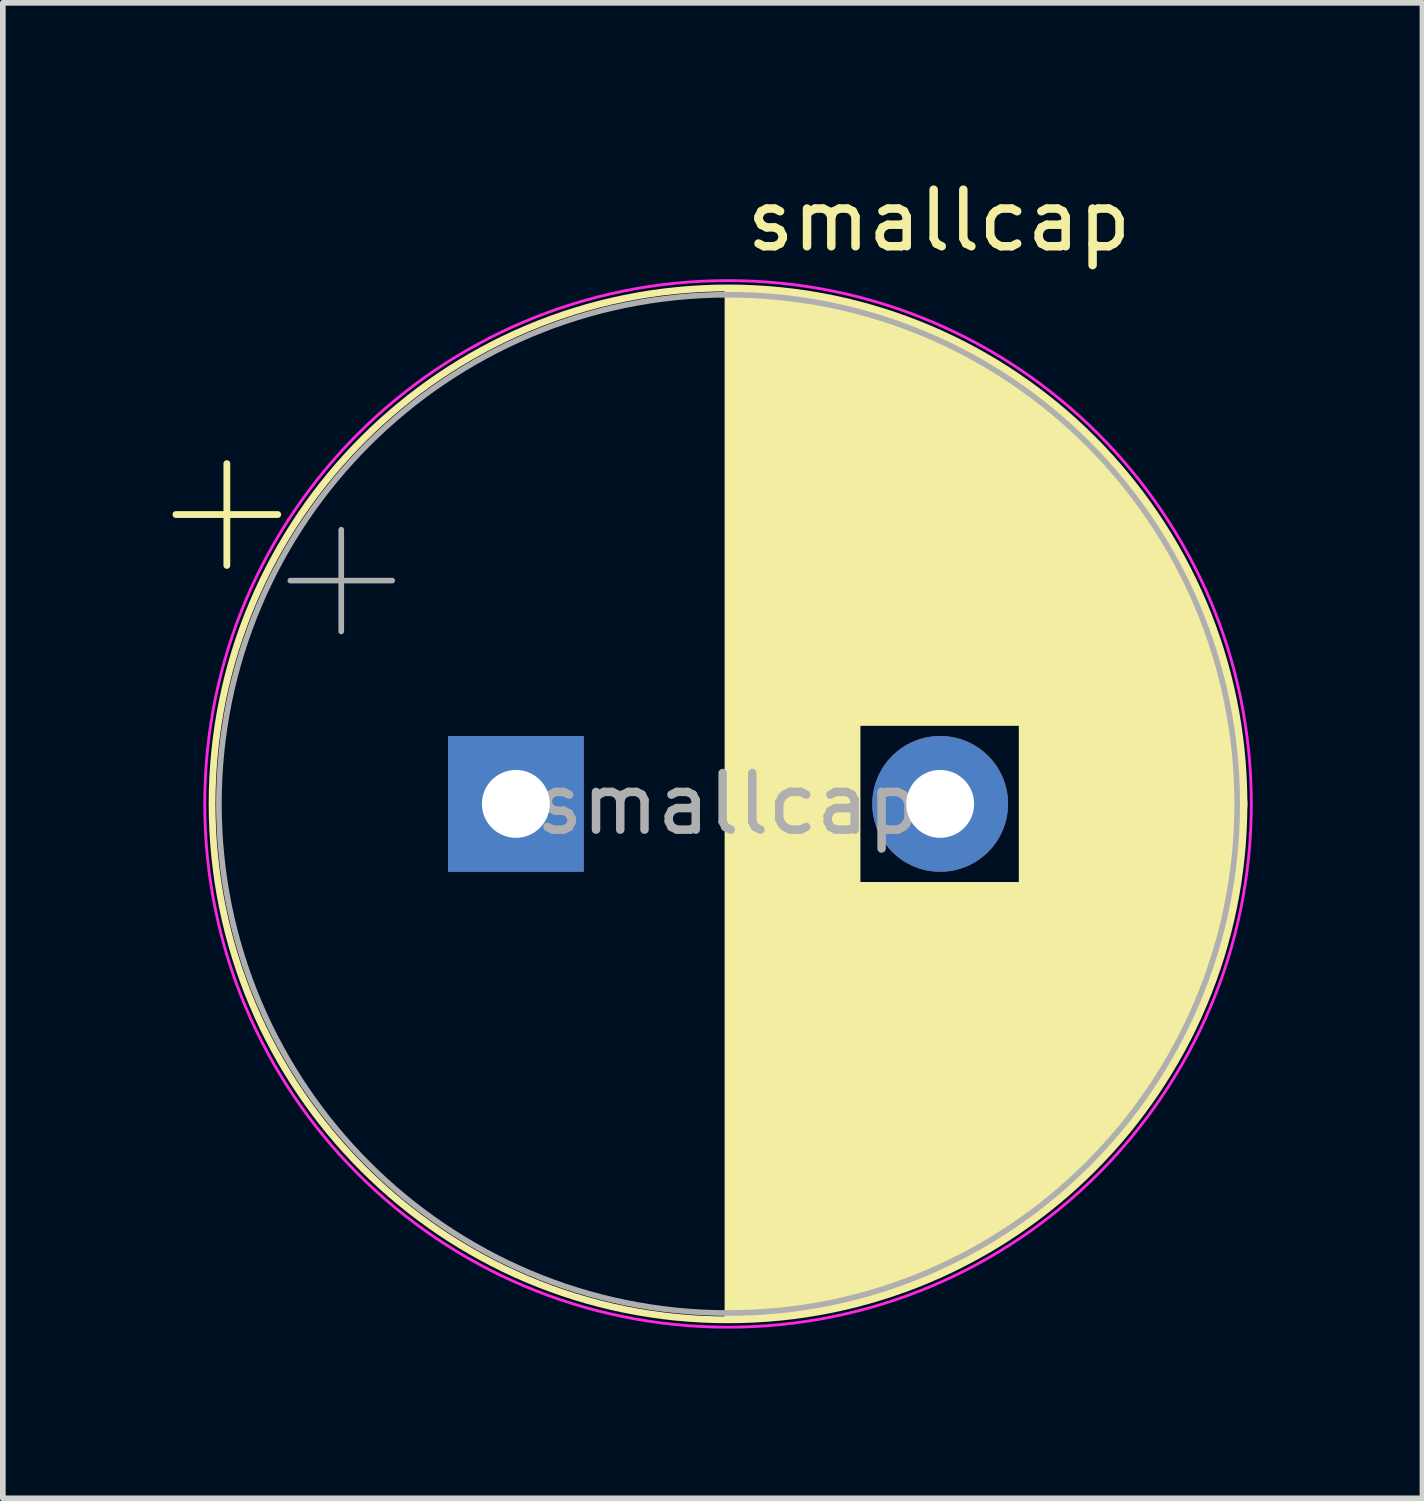
<source format=kicad_pcb>
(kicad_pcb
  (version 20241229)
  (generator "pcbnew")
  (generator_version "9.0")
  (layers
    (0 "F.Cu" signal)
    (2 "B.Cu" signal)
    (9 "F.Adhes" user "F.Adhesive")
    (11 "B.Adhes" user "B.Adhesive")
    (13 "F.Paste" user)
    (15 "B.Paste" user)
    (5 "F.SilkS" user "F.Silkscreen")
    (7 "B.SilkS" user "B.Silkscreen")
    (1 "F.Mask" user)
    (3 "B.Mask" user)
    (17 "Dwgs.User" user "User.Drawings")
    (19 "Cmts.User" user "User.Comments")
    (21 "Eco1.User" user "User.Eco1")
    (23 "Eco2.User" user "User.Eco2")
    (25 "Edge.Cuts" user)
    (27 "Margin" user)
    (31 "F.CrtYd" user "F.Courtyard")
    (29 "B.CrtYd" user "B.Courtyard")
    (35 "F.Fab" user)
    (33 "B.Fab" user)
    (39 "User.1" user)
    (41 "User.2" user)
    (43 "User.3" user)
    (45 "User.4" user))
  (footprint "smallcap"
    (layer "F.Cu")
    (at 9.799 11.098)
    (property "Reference" "smallcap" (at 3.75 -10.25 0) (layer "F.SilkS") (effects (font (size 1 1) (thickness 0.15))))
    (attr through_hole)
    (fp_line (start -9.739 -5.053) (end -7.939 -5.053) (stroke (width 0.12) (type solid)) (layer "F.SilkS"))
    (fp_line (start -8.839 -5.953) (end -8.839 -4.153) (stroke (width 0.12) (type solid)) (layer "F.SilkS"))
    (fp_line (start 0.02 -9.018) (end 0.02 9.142) (stroke (width 0.12) (type solid)) (layer "F.SilkS"))
    (fp_line (start 0.06 -9.018) (end 0.06 9.142) (stroke (width 0.12) (type solid)) (layer "F.SilkS"))
    (fp_line (start 0.1 -9.018) (end 0.1 9.142) (stroke (width 0.12) (type solid)) (layer "F.SilkS"))
    (fp_line (start 0.14 -9.017) (end 0.14 9.141) (stroke (width 0.12) (type solid)) (layer "F.SilkS"))
    (fp_line (start 0.18 -9.017) (end 0.18 9.141) (stroke (width 0.12) (type solid)) (layer "F.SilkS"))
    (fp_line (start 0.22 -9.016) (end 0.22 9.14) (stroke (width 0.12) (type solid)) (layer "F.SilkS"))
    (fp_line (start 0.26 -9.015) (end 0.26 9.139) (stroke (width 0.12) (type solid)) (layer "F.SilkS"))
    (fp_line (start 0.3 -9.014) (end 0.3 9.138) (stroke (width 0.12) (type solid)) (layer "F.SilkS"))
    (fp_line (start 0.34 -9.012) (end 0.34 9.136) (stroke (width 0.12) (type solid)) (layer "F.SilkS"))
    (fp_line (start 0.38 -9.011) (end 0.38 9.135) (stroke (width 0.12) (type solid)) (layer "F.SilkS"))
    (fp_line (start 0.42 -9.009) (end 0.42 9.133) (stroke (width 0.12) (type solid)) (layer "F.SilkS"))
    (fp_line (start 0.46 -9.007) (end 0.46 9.131) (stroke (width 0.12) (type solid)) (layer "F.SilkS"))
    (fp_line (start 0.5 -9.005) (end 0.5 9.129) (stroke (width 0.12) (type solid)) (layer "F.SilkS"))
    (fp_line (start 0.54 -9.003) (end 0.54 9.127) (stroke (width 0.12) (type solid)) (layer "F.SilkS"))
    (fp_line (start 0.58 -9.001) (end 0.58 9.125) (stroke (width 0.12) (type solid)) (layer "F.SilkS"))
    (fp_line (start 0.62 -8.998) (end 0.62 9.122) (stroke (width 0.12) (type solid)) (layer "F.SilkS"))
    (fp_line (start 0.66 -8.996) (end 0.66 9.12) (stroke (width 0.12) (type solid)) (layer "F.SilkS"))
    (fp_line (start 0.7 -8.993) (end 0.7 9.117) (stroke (width 0.12) (type solid)) (layer "F.SilkS"))
    (fp_line (start 0.74 -8.99) (end 0.74 9.114) (stroke (width 0.12) (type solid)) (layer "F.SilkS"))
    (fp_line (start 0.78 -8.986) (end 0.78 9.11) (stroke (width 0.12) (type solid)) (layer "F.SilkS"))
    (fp_line (start 0.82 -8.983) (end 0.82 9.107) (stroke (width 0.12) (type solid)) (layer "F.SilkS"))
    (fp_line (start 0.86 -8.979) (end 0.86 9.103) (stroke (width 0.12) (type solid)) (layer "F.SilkS"))
    (fp_line (start 0.9 -8.975) (end 0.9 9.099) (stroke (width 0.12) (type solid)) (layer "F.SilkS"))
    (fp_line (start 0.94 -8.971) (end 0.94 9.095) (stroke (width 0.12) (type solid)) (layer "F.SilkS"))
    (fp_line (start 0.98 -8.967) (end 0.98 9.091) (stroke (width 0.12) (type solid)) (layer "F.SilkS"))
    (fp_line (start 1.02 -8.963) (end 1.02 9.087) (stroke (width 0.12) (type solid)) (layer "F.SilkS"))
    (fp_line (start 1.06 -8.959) (end 1.06 9.083) (stroke (width 0.12) (type solid)) (layer "F.SilkS"))
    (fp_line (start 1.1 -8.954) (end 1.1 9.078) (stroke (width 0.12) (type solid)) (layer "F.SilkS"))
    (fp_line (start 1.14 -8.949) (end 1.14 9.073) (stroke (width 0.12) (type solid)) (layer "F.SilkS"))
    (fp_line (start 1.18 -8.944) (end 1.18 9.068) (stroke (width 0.12) (type solid)) (layer "F.SilkS"))
    (fp_line (start 1.22 -8.939) (end 1.22 9.063) (stroke (width 0.12) (type solid)) (layer "F.SilkS"))
    (fp_line (start 1.26 -8.933) (end 1.26 9.057) (stroke (width 0.12) (type solid)) (layer "F.SilkS"))
    (fp_line (start 1.3 -8.928) (end 1.3 9.052) (stroke (width 0.12) (type solid)) (layer "F.SilkS"))
    (fp_line (start 1.34 -8.922) (end 1.34 9.046) (stroke (width 0.12) (type solid)) (layer "F.SilkS"))
    (fp_line (start 1.38 -8.916) (end 1.38 9.04) (stroke (width 0.12) (type solid)) (layer "F.SilkS"))
    (fp_line (start 1.42 -8.91) (end 1.42 9.034) (stroke (width 0.12) (type solid)) (layer "F.SilkS"))
    (fp_line (start 1.46 -8.904) (end 1.46 9.028) (stroke (width 0.12) (type solid)) (layer "F.SilkS"))
    (fp_line (start 1.5 -8.897) (end 1.5 9.021) (stroke (width 0.12) (type solid)) (layer "F.SilkS"))
    (fp_line (start 1.54 -8.89) (end 1.54 9.014) (stroke (width 0.12) (type solid)) (layer "F.SilkS"))
    (fp_line (start 1.58 -8.884) (end 1.58 9.008) (stroke (width 0.12) (type solid)) (layer "F.SilkS"))
    (fp_line (start 1.62 -8.877) (end 1.62 9.001) (stroke (width 0.12) (type solid)) (layer "F.SilkS"))
    (fp_line (start 1.66 -8.869) (end 1.66 8.993) (stroke (width 0.12) (type solid)) (layer "F.SilkS"))
    (fp_line (start 1.7 -8.862) (end 1.7 8.986) (stroke (width 0.12) (type solid)) (layer "F.SilkS"))
    (fp_line (start 1.74 -8.854) (end 1.74 8.978) (stroke (width 0.12) (type solid)) (layer "F.SilkS"))
    (fp_line (start 1.78 -8.847) (end 1.78 8.971) (stroke (width 0.12) (type solid)) (layer "F.SilkS"))
    (fp_line (start 1.82 -8.839) (end 1.82 8.963) (stroke (width 0.12) (type solid)) (layer "F.SilkS"))
    (fp_line (start 1.86 -8.83) (end 1.86 8.954) (stroke (width 0.12) (type solid)) (layer "F.SilkS"))
    (fp_line (start 1.9 -8.822) (end 1.9 8.946) (stroke (width 0.12) (type solid)) (layer "F.SilkS"))
    (fp_line (start 1.94 -8.814) (end 1.94 8.938) (stroke (width 0.12) (type solid)) (layer "F.SilkS"))
    (fp_line (start 1.98 -8.805) (end 1.98 8.929) (stroke (width 0.12) (type solid)) (layer "F.SilkS"))
    (fp_line (start 2.02 -8.796) (end 2.02 8.92) (stroke (width 0.12) (type solid)) (layer "F.SilkS"))
    (fp_line (start 2.06 -8.787) (end 2.06 8.911) (stroke (width 0.12) (type solid)) (layer "F.SilkS"))
    (fp_line (start 2.1 -8.778) (end 2.1 8.902) (stroke (width 0.12) (type solid)) (layer "F.SilkS"))
    (fp_line (start 2.14 -8.768) (end 2.14 8.892) (stroke (width 0.12) (type solid)) (layer "F.SilkS"))
    (fp_line (start 2.18 -8.759) (end 2.18 8.883) (stroke (width 0.12) (type solid)) (layer "F.SilkS"))
    (fp_line (start 2.22 -8.749) (end 2.22 8.873) (stroke (width 0.12) (type solid)) (layer "F.SilkS"))
    (fp_line (start 2.26 -8.739) (end 2.26 8.863) (stroke (width 0.12) (type solid)) (layer "F.SilkS"))
    (fp_line (start 2.3 -8.728) (end 2.3 8.852) (stroke (width 0.12) (type solid)) (layer "F.SilkS"))
    (fp_line (start 2.34 -8.718) (end 2.34 -1.378) (stroke (width 0.12) (type solid)) (layer "F.SilkS"))
    (fp_line (start 2.34 1.502) (end 2.34 8.842) (stroke (width 0.12) (type solid)) (layer "F.SilkS"))
    (fp_line (start 2.38 -8.707) (end 2.38 -1.378) (stroke (width 0.12) (type solid)) (layer "F.SilkS"))
    (fp_line (start 2.38 1.502) (end 2.38 8.831) (stroke (width 0.12) (type solid)) (layer "F.SilkS"))
    (fp_line (start 2.42 -8.697) (end 2.42 -1.378) (stroke (width 0.12) (type solid)) (layer "F.SilkS"))
    (fp_line (start 2.42 1.502) (end 2.42 8.821) (stroke (width 0.12) (type solid)) (layer "F.SilkS"))
    (fp_line (start 2.46 -8.686) (end 2.46 -1.378) (stroke (width 0.12) (type solid)) (layer "F.SilkS"))
    (fp_line (start 2.46 1.502) (end 2.46 8.81) (stroke (width 0.12) (type solid)) (layer "F.SilkS"))
    (fp_line (start 2.5 -8.674) (end 2.5 -1.378) (stroke (width 0.12) (type solid)) (layer "F.SilkS"))
    (fp_line (start 2.5 1.502) (end 2.5 8.798) (stroke (width 0.12) (type solid)) (layer "F.SilkS"))
    (fp_line (start 2.54 -8.663) (end 2.54 -1.378) (stroke (width 0.12) (type solid)) (layer "F.SilkS"))
    (fp_line (start 2.54 1.502) (end 2.54 8.787) (stroke (width 0.12) (type solid)) (layer "F.SilkS"))
    (fp_line (start 2.58 -8.651) (end 2.58 -1.378) (stroke (width 0.12) (type solid)) (layer "F.SilkS"))
    (fp_line (start 2.58 1.502) (end 2.58 8.775) (stroke (width 0.12) (type solid)) (layer "F.SilkS"))
    (fp_line (start 2.62 -8.64) (end 2.62 -1.378) (stroke (width 0.12) (type solid)) (layer "F.SilkS"))
    (fp_line (start 2.62 1.502) (end 2.62 8.764) (stroke (width 0.12) (type solid)) (layer "F.SilkS"))
    (fp_line (start 2.66 -8.628) (end 2.66 -1.378) (stroke (width 0.12) (type solid)) (layer "F.SilkS"))
    (fp_line (start 2.66 1.502) (end 2.66 8.752) (stroke (width 0.12) (type solid)) (layer "F.SilkS"))
    (fp_line (start 2.7 -8.615) (end 2.7 -1.378) (stroke (width 0.12) (type solid)) (layer "F.SilkS"))
    (fp_line (start 2.7 1.502) (end 2.7 8.739) (stroke (width 0.12) (type solid)) (layer "F.SilkS"))
    (fp_line (start 2.74 -8.603) (end 2.74 -1.378) (stroke (width 0.12) (type solid)) (layer "F.SilkS"))
    (fp_line (start 2.74 1.502) (end 2.74 8.727) (stroke (width 0.12) (type solid)) (layer "F.SilkS"))
    (fp_line (start 2.78 -8.59) (end 2.78 -1.378) (stroke (width 0.12) (type solid)) (layer "F.SilkS"))
    (fp_line (start 2.78 1.502) (end 2.78 8.714) (stroke (width 0.12) (type solid)) (layer "F.SilkS"))
    (fp_line (start 2.82 -8.578) (end 2.82 -1.378) (stroke (width 0.12) (type solid)) (layer "F.SilkS"))
    (fp_line (start 2.82 1.502) (end 2.82 8.702) (stroke (width 0.12) (type solid)) (layer "F.SilkS"))
    (fp_line (start 2.86 -8.565) (end 2.86 -1.378) (stroke (width 0.12) (type solid)) (layer "F.SilkS"))
    (fp_line (start 2.86 1.502) (end 2.86 8.689) (stroke (width 0.12) (type solid)) (layer "F.SilkS"))
    (fp_line (start 2.9 -8.551) (end 2.9 -1.378) (stroke (width 0.12) (type solid)) (layer "F.SilkS"))
    (fp_line (start 2.9 1.502) (end 2.9 8.675) (stroke (width 0.12) (type solid)) (layer "F.SilkS"))
    (fp_line (start 2.94 -8.538) (end 2.94 -1.378) (stroke (width 0.12) (type solid)) (layer "F.SilkS"))
    (fp_line (start 2.94 1.502) (end 2.94 8.662) (stroke (width 0.12) (type solid)) (layer "F.SilkS"))
    (fp_line (start 2.98 -8.524) (end 2.98 -1.378) (stroke (width 0.12) (type solid)) (layer "F.SilkS"))
    (fp_line (start 2.98 1.502) (end 2.98 8.648) (stroke (width 0.12) (type solid)) (layer "F.SilkS"))
    (fp_line (start 3.02 -8.51) (end 3.02 -1.378) (stroke (width 0.12) (type solid)) (layer "F.SilkS"))
    (fp_line (start 3.02 1.502) (end 3.02 8.634) (stroke (width 0.12) (type solid)) (layer "F.SilkS"))
    (fp_line (start 3.06 -8.496) (end 3.06 -1.378) (stroke (width 0.12) (type solid)) (layer "F.SilkS"))
    (fp_line (start 3.06 1.502) (end 3.06 8.62) (stroke (width 0.12) (type solid)) (layer "F.SilkS"))
    (fp_line (start 3.1 -8.482) (end 3.1 -1.378) (stroke (width 0.12) (type solid)) (layer "F.SilkS"))
    (fp_line (start 3.1 1.502) (end 3.1 8.606) (stroke (width 0.12) (type solid)) (layer "F.SilkS"))
    (fp_line (start 3.14 -8.468) (end 3.14 -1.378) (stroke (width 0.12) (type solid)) (layer "F.SilkS"))
    (fp_line (start 3.14 1.502) (end 3.14 8.592) (stroke (width 0.12) (type solid)) (layer "F.SilkS"))
    (fp_line (start 3.18 -8.453) (end 3.18 -1.378) (stroke (width 0.12) (type solid)) (layer "F.SilkS"))
    (fp_line (start 3.18 1.502) (end 3.18 8.577) (stroke (width 0.12) (type solid)) (layer "F.SilkS"))
    (fp_line (start 3.22 -8.438) (end 3.22 -1.378) (stroke (width 0.12) (type solid)) (layer "F.SilkS"))
    (fp_line (start 3.22 1.502) (end 3.22 8.562) (stroke (width 0.12) (type solid)) (layer "F.SilkS"))
    (fp_line (start 3.26 -8.423) (end 3.26 -1.378) (stroke (width 0.12) (type solid)) (layer "F.SilkS"))
    (fp_line (start 3.26 1.502) (end 3.26 8.547) (stroke (width 0.12) (type solid)) (layer "F.SilkS"))
    (fp_line (start 3.3 -8.408) (end 3.3 -1.378) (stroke (width 0.12) (type solid)) (layer "F.SilkS"))
    (fp_line (start 3.3 1.502) (end 3.3 8.532) (stroke (width 0.12) (type solid)) (layer "F.SilkS"))
    (fp_line (start 3.34 -8.392) (end 3.34 -1.378) (stroke (width 0.12) (type solid)) (layer "F.SilkS"))
    (fp_line (start 3.34 1.502) (end 3.34 8.516) (stroke (width 0.12) (type solid)) (layer "F.SilkS"))
    (fp_line (start 3.38 -8.376) (end 3.38 -1.378) (stroke (width 0.12) (type solid)) (layer "F.SilkS"))
    (fp_line (start 3.38 1.502) (end 3.38 8.5) (stroke (width 0.12) (type solid)) (layer "F.SilkS"))
    (fp_line (start 3.42 -8.361) (end 3.42 -1.378) (stroke (width 0.12) (type solid)) (layer "F.SilkS"))
    (fp_line (start 3.42 1.502) (end 3.42 8.485) (stroke (width 0.12) (type solid)) (layer "F.SilkS"))
    (fp_line (start 3.46 -8.344) (end 3.46 -1.378) (stroke (width 0.12) (type solid)) (layer "F.SilkS"))
    (fp_line (start 3.46 1.502) (end 3.46 8.468) (stroke (width 0.12) (type solid)) (layer "F.SilkS"))
    (fp_line (start 3.5 -8.328) (end 3.5 -1.378) (stroke (width 0.12) (type solid)) (layer "F.SilkS"))
    (fp_line (start 3.5 1.502) (end 3.5 8.452) (stroke (width 0.12) (type solid)) (layer "F.SilkS"))
    (fp_line (start 3.54 -8.311) (end 3.54 -1.378) (stroke (width 0.12) (type solid)) (layer "F.SilkS"))
    (fp_line (start 3.54 1.502) (end 3.54 8.435) (stroke (width 0.12) (type solid)) (layer "F.SilkS"))
    (fp_line (start 3.58 -8.294) (end 3.58 -1.378) (stroke (width 0.12) (type solid)) (layer "F.SilkS"))
    (fp_line (start 3.58 1.502) (end 3.58 8.418) (stroke (width 0.12) (type solid)) (layer "F.SilkS"))
    (fp_line (start 3.62 -8.277) (end 3.62 -1.378) (stroke (width 0.12) (type solid)) (layer "F.SilkS"))
    (fp_line (start 3.62 1.502) (end 3.62 8.401) (stroke (width 0.12) (type solid)) (layer "F.SilkS"))
    (fp_line (start 3.66 -8.26) (end 3.66 -1.378) (stroke (width 0.12) (type solid)) (layer "F.SilkS"))
    (fp_line (start 3.66 1.502) (end 3.66 8.384) (stroke (width 0.12) (type solid)) (layer "F.SilkS"))
    (fp_line (start 3.7 -8.243) (end 3.7 -1.378) (stroke (width 0.12) (type solid)) (layer "F.SilkS"))
    (fp_line (start 3.7 1.502) (end 3.7 8.367) (stroke (width 0.12) (type solid)) (layer "F.SilkS"))
    (fp_line (start 3.74 -8.225) (end 3.74 -1.378) (stroke (width 0.12) (type solid)) (layer "F.SilkS"))
    (fp_line (start 3.74 1.502) (end 3.74 8.349) (stroke (width 0.12) (type solid)) (layer "F.SilkS"))
    (fp_line (start 3.78 -8.207) (end 3.78 -1.378) (stroke (width 0.12) (type solid)) (layer "F.SilkS"))
    (fp_line (start 3.78 1.502) (end 3.78 8.331) (stroke (width 0.12) (type solid)) (layer "F.SilkS"))
    (fp_line (start 3.82 -8.189) (end 3.82 -1.378) (stroke (width 0.12) (type solid)) (layer "F.SilkS"))
    (fp_line (start 3.82 1.502) (end 3.82 8.313) (stroke (width 0.12) (type solid)) (layer "F.SilkS"))
    (fp_line (start 3.86 -8.17) (end 3.86 -1.378) (stroke (width 0.12) (type solid)) (layer "F.SilkS"))
    (fp_line (start 3.86 1.502) (end 3.86 8.294) (stroke (width 0.12) (type solid)) (layer "F.SilkS"))
    (fp_line (start 3.9 -8.151) (end 3.9 -1.378) (stroke (width 0.12) (type solid)) (layer "F.SilkS"))
    (fp_line (start 3.9 1.502) (end 3.9 8.275) (stroke (width 0.12) (type solid)) (layer "F.SilkS"))
    (fp_line (start 3.94 -8.133) (end 3.94 -1.378) (stroke (width 0.12) (type solid)) (layer "F.SilkS"))
    (fp_line (start 3.94 1.502) (end 3.94 8.257) (stroke (width 0.12) (type solid)) (layer "F.SilkS"))
    (fp_line (start 3.98 -8.113) (end 3.98 -1.378) (stroke (width 0.12) (type solid)) (layer "F.SilkS"))
    (fp_line (start 3.98 1.502) (end 3.98 8.237) (stroke (width 0.12) (type solid)) (layer "F.SilkS"))
    (fp_line (start 4.02 -8.094) (end 4.02 -1.378) (stroke (width 0.12) (type solid)) (layer "F.SilkS"))
    (fp_line (start 4.02 1.502) (end 4.02 8.218) (stroke (width 0.12) (type solid)) (layer "F.SilkS"))
    (fp_line (start 4.06 -8.074) (end 4.06 -1.378) (stroke (width 0.12) (type solid)) (layer "F.SilkS"))
    (fp_line (start 4.06 1.502) (end 4.06 8.198) (stroke (width 0.12) (type solid)) (layer "F.SilkS"))
    (fp_line (start 4.1 -8.054) (end 4.1 -1.378) (stroke (width 0.12) (type solid)) (layer "F.SilkS"))
    (fp_line (start 4.1 1.502) (end 4.1 8.178) (stroke (width 0.12) (type solid)) (layer "F.SilkS"))
    (fp_line (start 4.14 -8.034) (end 4.14 -1.378) (stroke (width 0.12) (type solid)) (layer "F.SilkS"))
    (fp_line (start 4.14 1.502) (end 4.14 8.158) (stroke (width 0.12) (type solid)) (layer "F.SilkS"))
    (fp_line (start 4.18 -8.014) (end 4.18 -1.378) (stroke (width 0.12) (type solid)) (layer "F.SilkS"))
    (fp_line (start 4.18 1.502) (end 4.18 8.138) (stroke (width 0.12) (type solid)) (layer "F.SilkS"))
    (fp_line (start 4.22 -7.993) (end 4.22 -1.378) (stroke (width 0.12) (type solid)) (layer "F.SilkS"))
    (fp_line (start 4.22 1.502) (end 4.22 8.117) (stroke (width 0.12) (type solid)) (layer "F.SilkS"))
    (fp_line (start 4.26 -7.972) (end 4.26 -1.378) (stroke (width 0.12) (type solid)) (layer "F.SilkS"))
    (fp_line (start 4.26 1.502) (end 4.26 8.096) (stroke (width 0.12) (type solid)) (layer "F.SilkS"))
    (fp_line (start 4.3 -7.951) (end 4.3 -1.378) (stroke (width 0.12) (type solid)) (layer "F.SilkS"))
    (fp_line (start 4.3 1.502) (end 4.3 8.075) (stroke (width 0.12) (type solid)) (layer "F.SilkS"))
    (fp_line (start 4.34 -7.93) (end 4.34 -1.378) (stroke (width 0.12) (type solid)) (layer "F.SilkS"))
    (fp_line (start 4.34 1.502) (end 4.34 8.054) (stroke (width 0.12) (type solid)) (layer "F.SilkS"))
    (fp_line (start 4.38 -7.908) (end 4.38 -1.378) (stroke (width 0.12) (type solid)) (layer "F.SilkS"))
    (fp_line (start 4.38 1.502) (end 4.38 8.032) (stroke (width 0.12) (type solid)) (layer "F.SilkS"))
    (fp_line (start 4.42 -7.886) (end 4.42 -1.378) (stroke (width 0.12) (type solid)) (layer "F.SilkS"))
    (fp_line (start 4.42 1.502) (end 4.42 8.01) (stroke (width 0.12) (type solid)) (layer "F.SilkS"))
    (fp_line (start 4.46 -7.864) (end 4.46 -1.378) (stroke (width 0.12) (type solid)) (layer "F.SilkS"))
    (fp_line (start 4.46 1.502) (end 4.46 7.988) (stroke (width 0.12) (type solid)) (layer "F.SilkS"))
    (fp_line (start 4.5 -7.842) (end 4.5 -1.378) (stroke (width 0.12) (type solid)) (layer "F.SilkS"))
    (fp_line (start 4.5 1.502) (end 4.5 7.966) (stroke (width 0.12) (type solid)) (layer "F.SilkS"))
    (fp_line (start 4.54 -7.819) (end 4.54 -1.378) (stroke (width 0.12) (type solid)) (layer "F.SilkS"))
    (fp_line (start 4.54 1.502) (end 4.54 7.943) (stroke (width 0.12) (type solid)) (layer "F.SilkS"))
    (fp_line (start 4.58 -7.796) (end 4.58 -1.378) (stroke (width 0.12) (type solid)) (layer "F.SilkS"))
    (fp_line (start 4.58 1.502) (end 4.58 7.92) (stroke (width 0.12) (type solid)) (layer "F.SilkS"))
    (fp_line (start 4.62 -7.773) (end 4.62 -1.378) (stroke (width 0.12) (type solid)) (layer "F.SilkS"))
    (fp_line (start 4.62 1.502) (end 4.62 7.897) (stroke (width 0.12) (type solid)) (layer "F.SilkS"))
    (fp_line (start 4.66 -7.749) (end 4.66 -1.378) (stroke (width 0.12) (type solid)) (layer "F.SilkS"))
    (fp_line (start 4.66 1.502) (end 4.66 7.873) (stroke (width 0.12) (type solid)) (layer "F.SilkS"))
    (fp_line (start 4.7 -7.726) (end 4.7 -1.378) (stroke (width 0.12) (type solid)) (layer "F.SilkS"))
    (fp_line (start 4.7 1.502) (end 4.7 7.85) (stroke (width 0.12) (type solid)) (layer "F.SilkS"))
    (fp_line (start 4.74 -7.702) (end 4.74 -1.378) (stroke (width 0.12) (type solid)) (layer "F.SilkS"))
    (fp_line (start 4.74 1.502) (end 4.74 7.826) (stroke (width 0.12) (type solid)) (layer "F.SilkS"))
    (fp_line (start 4.78 -7.677) (end 4.78 -1.378) (stroke (width 0.12) (type solid)) (layer "F.SilkS"))
    (fp_line (start 4.78 1.502) (end 4.78 7.801) (stroke (width 0.12) (type solid)) (layer "F.SilkS"))
    (fp_line (start 4.82 -7.653) (end 4.82 -1.378) (stroke (width 0.12) (type solid)) (layer "F.SilkS"))
    (fp_line (start 4.82 1.502) (end 4.82 7.777) (stroke (width 0.12) (type solid)) (layer "F.SilkS"))
    (fp_line (start 4.86 -7.628) (end 4.86 -1.378) (stroke (width 0.12) (type solid)) (layer "F.SilkS"))
    (fp_line (start 4.86 1.502) (end 4.86 7.752) (stroke (width 0.12) (type solid)) (layer "F.SilkS"))
    (fp_line (start 4.9 -7.603) (end 4.9 -1.378) (stroke (width 0.12) (type solid)) (layer "F.SilkS"))
    (fp_line (start 4.9 1.502) (end 4.9 7.727) (stroke (width 0.12) (type solid)) (layer "F.SilkS"))
    (fp_line (start 4.94 -7.577) (end 4.94 -1.378) (stroke (width 0.12) (type solid)) (layer "F.SilkS"))
    (fp_line (start 4.94 1.502) (end 4.94 7.701) (stroke (width 0.12) (type solid)) (layer "F.SilkS"))
    (fp_line (start 4.98 -7.551) (end 4.98 -1.378) (stroke (width 0.12) (type solid)) (layer "F.SilkS"))
    (fp_line (start 4.98 1.502) (end 4.98 7.675) (stroke (width 0.12) (type solid)) (layer "F.SilkS"))
    (fp_line (start 5.02 -7.525) (end 5.02 -1.378) (stroke (width 0.12) (type solid)) (layer "F.SilkS"))
    (fp_line (start 5.02 1.502) (end 5.02 7.649) (stroke (width 0.12) (type solid)) (layer "F.SilkS"))
    (fp_line (start 5.06 -7.499) (end 5.06 -1.378) (stroke (width 0.12) (type solid)) (layer "F.SilkS"))
    (fp_line (start 5.06 1.502) (end 5.06 7.623) (stroke (width 0.12) (type solid)) (layer "F.SilkS"))
    (fp_line (start 5.1 -7.472) (end 5.1 -1.378) (stroke (width 0.12) (type solid)) (layer "F.SilkS"))
    (fp_line (start 5.1 1.502) (end 5.1 7.596) (stroke (width 0.12) (type solid)) (layer "F.SilkS"))
    (fp_line (start 5.14 -7.445) (end 5.14 -1.378) (stroke (width 0.12) (type solid)) (layer "F.SilkS"))
    (fp_line (start 5.14 1.502) (end 5.14 7.569) (stroke (width 0.12) (type solid)) (layer "F.SilkS"))
    (fp_line (start 5.18 -7.418) (end 5.18 -1.378) (stroke (width 0.12) (type solid)) (layer "F.SilkS"))
    (fp_line (start 5.18 1.502) (end 5.18 7.542) (stroke (width 0.12) (type solid)) (layer "F.SilkS"))
    (fp_line (start 5.22 -7.39) (end 5.22 7.514) (stroke (width 0.12) (type solid)) (layer "F.SilkS"))
    (fp_line (start 5.26 -7.362) (end 5.26 7.486) (stroke (width 0.12) (type solid)) (layer "F.SilkS"))
    (fp_line (start 5.3 -7.334) (end 5.3 7.458) (stroke (width 0.12) (type solid)) (layer "F.SilkS"))
    (fp_line (start 5.34 -7.306) (end 5.34 7.43) (stroke (width 0.12) (type solid)) (layer "F.SilkS"))
    (fp_line (start 5.38 -7.277) (end 5.38 7.401) (stroke (width 0.12) (type solid)) (layer "F.SilkS"))
    (fp_line (start 5.42 -7.247) (end 5.42 7.371) (stroke (width 0.12) (type solid)) (layer "F.SilkS"))
    (fp_line (start 5.46 -7.218) (end 5.46 7.342) (stroke (width 0.12) (type solid)) (layer "F.SilkS"))
    (fp_line (start 5.5 -7.188) (end 5.5 7.312) (stroke (width 0.12) (type solid)) (layer "F.SilkS"))
    (fp_line (start 5.54 -7.158) (end 5.54 7.282) (stroke (width 0.12) (type solid)) (layer "F.SilkS"))
    (fp_line (start 5.58 -7.127) (end 5.58 7.251) (stroke (width 0.12) (type solid)) (layer "F.SilkS"))
    (fp_line (start 5.62 -7.096) (end 5.62 7.22) (stroke (width 0.12) (type solid)) (layer "F.SilkS"))
    (fp_line (start 5.66 -7.065) (end 5.66 7.189) (stroke (width 0.12) (type solid)) (layer "F.SilkS"))
    (fp_line (start 5.7 -7.033) (end 5.7 7.157) (stroke (width 0.12) (type solid)) (layer "F.SilkS"))
    (fp_line (start 5.74 -7.001) (end 5.74 7.125) (stroke (width 0.12) (type solid)) (layer "F.SilkS"))
    (fp_line (start 5.78 -6.969) (end 5.78 7.093) (stroke (width 0.12) (type solid)) (layer "F.SilkS"))
    (fp_line (start 5.82 -6.936) (end 5.82 7.06) (stroke (width 0.12) (type solid)) (layer "F.SilkS"))
    (fp_line (start 5.86 -6.903) (end 5.86 7.027) (stroke (width 0.12) (type solid)) (layer "F.SilkS"))
    (fp_line (start 5.9 -6.869) (end 5.9 6.993) (stroke (width 0.12) (type solid)) (layer "F.SilkS"))
    (fp_line (start 5.94 -6.835) (end 5.94 6.959) (stroke (width 0.12) (type solid)) (layer "F.SilkS"))
    (fp_line (start 5.98 -6.801) (end 5.98 6.925) (stroke (width 0.12) (type solid)) (layer "F.SilkS"))
    (fp_line (start 6.02 -6.766) (end 6.02 6.89) (stroke (width 0.12) (type solid)) (layer "F.SilkS"))
    (fp_line (start 6.06 -6.731) (end 6.06 6.855) (stroke (width 0.12) (type solid)) (layer "F.SilkS"))
    (fp_line (start 6.1 -6.696) (end 6.1 6.82) (stroke (width 0.12) (type solid)) (layer "F.SilkS"))
    (fp_line (start 6.14 -6.66) (end 6.14 6.784) (stroke (width 0.12) (type solid)) (layer "F.SilkS"))
    (fp_line (start 6.18 -6.623) (end 6.18 6.747) (stroke (width 0.12) (type solid)) (layer "F.SilkS"))
    (fp_line (start 6.22 -6.586) (end 6.22 6.71) (stroke (width 0.12) (type solid)) (layer "F.SilkS"))
    (fp_line (start 6.26 -6.549) (end 6.26 6.673) (stroke (width 0.12) (type solid)) (layer "F.SilkS"))
    (fp_line (start 6.3 -6.511) (end 6.3 6.635) (stroke (width 0.12) (type solid)) (layer "F.SilkS"))
    (fp_line (start 6.34 -6.473) (end 6.34 6.597) (stroke (width 0.12) (type solid)) (layer "F.SilkS"))
    (fp_line (start 6.38 -6.434) (end 6.38 6.558) (stroke (width 0.12) (type solid)) (layer "F.SilkS"))
    (fp_line (start 6.42 -6.395) (end 6.42 6.519) (stroke (width 0.12) (type solid)) (layer "F.SilkS"))
    (fp_line (start 6.46 -6.356) (end 6.46 6.48) (stroke (width 0.12) (type solid)) (layer "F.SilkS"))
    (fp_line (start 6.5 -6.315) (end 6.5 6.439) (stroke (width 0.12) (type solid)) (layer "F.SilkS"))
    (fp_line (start 6.54 -6.275) (end 6.54 6.399) (stroke (width 0.12) (type solid)) (layer "F.SilkS"))
    (fp_line (start 6.58 -6.234) (end 6.58 6.358) (stroke (width 0.12) (type solid)) (layer "F.SilkS"))
    (fp_line (start 6.62 -6.192) (end 6.62 6.316) (stroke (width 0.12) (type solid)) (layer "F.SilkS"))
    (fp_line (start 6.66 -6.15) (end 6.66 6.274) (stroke (width 0.12) (type solid)) (layer "F.SilkS"))
    (fp_line (start 6.7 -6.107) (end 6.7 6.231) (stroke (width 0.12) (type solid)) (layer "F.SilkS"))
    (fp_line (start 6.74 -6.064) (end 6.74 6.188) (stroke (width 0.12) (type solid)) (layer "F.SilkS"))
    (fp_line (start 6.78 -6.02) (end 6.78 6.144) (stroke (width 0.12) (type solid)) (layer "F.SilkS"))
    (fp_line (start 6.82 -5.975) (end 6.82 6.099) (stroke (width 0.12) (type solid)) (layer "F.SilkS"))
    (fp_line (start 6.86 -5.93) (end 6.86 6.054) (stroke (width 0.12) (type solid)) (layer "F.SilkS"))
    (fp_line (start 6.9 -5.885) (end 6.9 6.009) (stroke (width 0.12) (type solid)) (layer "F.SilkS"))
    (fp_line (start 6.94 -5.838) (end 6.94 5.962) (stroke (width 0.12) (type solid)) (layer "F.SilkS"))
    (fp_line (start 6.98 -5.791) (end 6.98 5.915) (stroke (width 0.12) (type solid)) (layer "F.SilkS"))
    (fp_line (start 7.02 -5.744) (end 7.02 5.868) (stroke (width 0.12) (type solid)) (layer "F.SilkS"))
    (fp_line (start 7.06 -5.696) (end 7.06 5.82) (stroke (width 0.12) (type solid)) (layer "F.SilkS"))
    (fp_line (start 7.1 -5.647) (end 7.1 5.771) (stroke (width 0.12) (type solid)) (layer "F.SilkS"))
    (fp_line (start 7.14 -5.597) (end 7.14 5.721) (stroke (width 0.12) (type solid)) (layer "F.SilkS"))
    (fp_line (start 7.18 -5.547) (end 7.18 5.671) (stroke (width 0.12) (type solid)) (layer "F.SilkS"))
    (fp_line (start 7.22 -5.496) (end 7.22 5.62) (stroke (width 0.12) (type solid)) (layer "F.SilkS"))
    (fp_line (start 7.26 -5.444) (end 7.26 5.568) (stroke (width 0.12) (type solid)) (layer "F.SilkS"))
    (fp_line (start 7.3 -5.391) (end 7.3 5.515) (stroke (width 0.12) (type solid)) (layer "F.SilkS"))
    (fp_line (start 7.34 -5.338) (end 7.34 5.462) (stroke (width 0.12) (type solid)) (layer "F.SilkS"))
    (fp_line (start 7.38 -5.284) (end 7.38 5.408) (stroke (width 0.12) (type solid)) (layer "F.SilkS"))
    (fp_line (start 7.42 -5.229) (end 7.42 5.353) (stroke (width 0.12) (type solid)) (layer "F.SilkS"))
    (fp_line (start 7.46 -5.173) (end 7.46 5.297) (stroke (width 0.12) (type solid)) (layer "F.SilkS"))
    (fp_line (start 7.5 -5.116) (end 7.5 5.24) (stroke (width 0.12) (type solid)) (layer "F.SilkS"))
    (fp_line (start 7.54 -5.058) (end 7.54 5.182) (stroke (width 0.12) (type solid)) (layer "F.SilkS"))
    (fp_line (start 7.58 -4.999) (end 7.58 5.123) (stroke (width 0.12) (type solid)) (layer "F.SilkS"))
    (fp_line (start 7.62 -4.939) (end 7.62 5.063) (stroke (width 0.12) (type solid)) (layer "F.SilkS"))
    (fp_line (start 7.66 -4.878) (end 7.66 5.002) (stroke (width 0.12) (type solid)) (layer "F.SilkS"))
    (fp_line (start 7.7 -4.817) (end 7.7 4.941) (stroke (width 0.12) (type solid)) (layer "F.SilkS"))
    (fp_line (start 7.74 -4.754) (end 7.74 4.878) (stroke (width 0.12) (type solid)) (layer "F.SilkS"))
    (fp_line (start 7.78 -4.689) (end 7.78 4.813) (stroke (width 0.12) (type solid)) (layer "F.SilkS"))
    (fp_line (start 7.82 -4.624) (end 7.82 4.748) (stroke (width 0.12) (type solid)) (layer "F.SilkS"))
    (fp_line (start 7.86 -4.557) (end 7.86 4.681) (stroke (width 0.12) (type solid)) (layer "F.SilkS"))
    (fp_line (start 7.9 -4.489) (end 7.9 4.613) (stroke (width 0.12) (type solid)) (layer "F.SilkS"))
    (fp_line (start 7.94 -4.42) (end 7.94 4.544) (stroke (width 0.12) (type solid)) (layer "F.SilkS"))
    (fp_line (start 7.98 -4.349) (end 7.98 4.473) (stroke (width 0.12) (type solid)) (layer "F.SilkS"))
    (fp_line (start 8.02 -4.277) (end 8.02 4.401) (stroke (width 0.12) (type solid)) (layer "F.SilkS"))
    (fp_line (start 8.06 -4.203) (end 8.06 4.327) (stroke (width 0.12) (type solid)) (layer "F.SilkS"))
    (fp_line (start 8.1 -4.127) (end 8.1 4.251) (stroke (width 0.12) (type solid)) (layer "F.SilkS"))
    (fp_line (start 8.14 -4.05) (end 8.14 4.174) (stroke (width 0.12) (type solid)) (layer "F.SilkS"))
    (fp_line (start 8.18 -3.971) (end 8.18 4.095) (stroke (width 0.12) (type solid)) (layer "F.SilkS"))
    (fp_line (start 8.22 -3.89) (end 8.22 4.014) (stroke (width 0.12) (type solid)) (layer "F.SilkS"))
    (fp_line (start 8.26 -3.807) (end 8.26 3.931) (stroke (width 0.12) (type solid)) (layer "F.SilkS"))
    (fp_line (start 8.3 -3.721) (end 8.3 3.845) (stroke (width 0.12) (type solid)) (layer "F.SilkS"))
    (fp_line (start 8.34 -3.633) (end 8.34 3.757) (stroke (width 0.12) (type solid)) (layer "F.SilkS"))
    (fp_line (start 8.38 -3.543) (end 8.38 3.667) (stroke (width 0.12) (type solid)) (layer "F.SilkS"))
    (fp_line (start 8.42 -3.45) (end 8.42 3.574) (stroke (width 0.12) (type solid)) (layer "F.SilkS"))
    (fp_line (start 8.46 -3.354) (end 8.46 3.478) (stroke (width 0.12) (type solid)) (layer "F.SilkS"))
    (fp_line (start 8.5 -3.254) (end 8.5 3.378) (stroke (width 0.12) (type solid)) (layer "F.SilkS"))
    (fp_line (start 8.54 -3.151) (end 8.54 3.275) (stroke (width 0.12) (type solid)) (layer "F.SilkS"))
    (fp_line (start 8.58 -3.045) (end 8.58 3.169) (stroke (width 0.12) (type solid)) (layer "F.SilkS"))
    (fp_line (start 8.62 -2.934) (end 8.62 3.058) (stroke (width 0.12) (type solid)) (layer "F.SilkS"))
    (fp_line (start 8.66 -2.818) (end 8.66 2.942) (stroke (width 0.12) (type solid)) (layer "F.SilkS"))
    (fp_line (start 8.7 -2.697) (end 8.7 2.821) (stroke (width 0.12) (type solid)) (layer "F.SilkS"))
    (fp_line (start 8.74 -2.569) (end 8.74 2.693) (stroke (width 0.12) (type solid)) (layer "F.SilkS"))
    (fp_line (start 8.78 -2.435) (end 8.78 2.559) (stroke (width 0.12) (type solid)) (layer "F.SilkS"))
    (fp_line (start 8.82 -2.293) (end 8.82 2.417) (stroke (width 0.12) (type solid)) (layer "F.SilkS"))
    (fp_line (start 8.86 -2.14) (end 8.86 2.264) (stroke (width 0.12) (type solid)) (layer "F.SilkS"))
    (fp_line (start 8.9 -1.976) (end 8.9 2.1) (stroke (width 0.12) (type solid)) (layer "F.SilkS"))
    (fp_line (start 8.94 -1.797) (end 8.94 1.921) (stroke (width 0.12) (type solid)) (layer "F.SilkS"))
    (fp_line (start 8.98 -1.599) (end 8.98 1.723) (stroke (width 0.12) (type solid)) (layer "F.SilkS"))
    (fp_line (start 9.02 -1.373) (end 9.02 1.497) (stroke (width 0.12) (type solid)) (layer "F.SilkS"))
    (fp_line (start 9.06 -1.103) (end 9.06 1.227) (stroke (width 0.12) (type solid)) (layer "F.SilkS"))
    (fp_line (start 9.1 -0.751) (end 9.1 0.875) (stroke (width 0.12) (type solid)) (layer "F.SilkS"))
    (fp_line (start 9.14 0.102) (end 9.14 0.022) (stroke (width 0.12) (type solid)) (layer "F.SilkS"))
    (fp_circle (center 0.02 0.062) (end 9.14 0.062) (stroke (width 0.12) (type solid)) (fill no) (layer "F.SilkS"))
    (fp_circle (center 0.02 0.062) (end 9.27 0.062) (stroke (width 0.05) (type solid)) (fill no) (layer "F.CrtYd"))
    (fp_line (start -7.717 -3.885) (end -5.917 -3.885) (stroke (width 0.1) (type solid)) (layer "F.Fab"))
    (fp_line (start -6.817 -4.785) (end -6.817 -2.986) (stroke (width 0.1) (type solid)) (layer "F.Fab"))
    (fp_circle (center 0.02 0.062) (end 9.02 0.062) (stroke (width 0.1) (type solid)) (fill no) (layer "F.Fab"))
    (fp_text user "${REFERENCE}" (at 0.02 0.062 0) (layer "F.Fab") (effects (font (size 1 1) (thickness 0.15))))
    (pad "1" thru_hole rect (at -3.73 0.062) (size 2.4 2.4) (drill 1.2) (layers "*.Cu" "*.Mask"))
    (pad "2" thru_hole circle (at 3.77 0.062) (size 2.4 2.4) (drill 1.2) (layers "*.Cu" "*.Mask")))
  (gr_rect
    (start -3 -3)
    (end 22.094 23.435)
    (stroke (width 0.1) (type default))
    (fill no)
    (layer "Edge.Cuts")))
</source>
